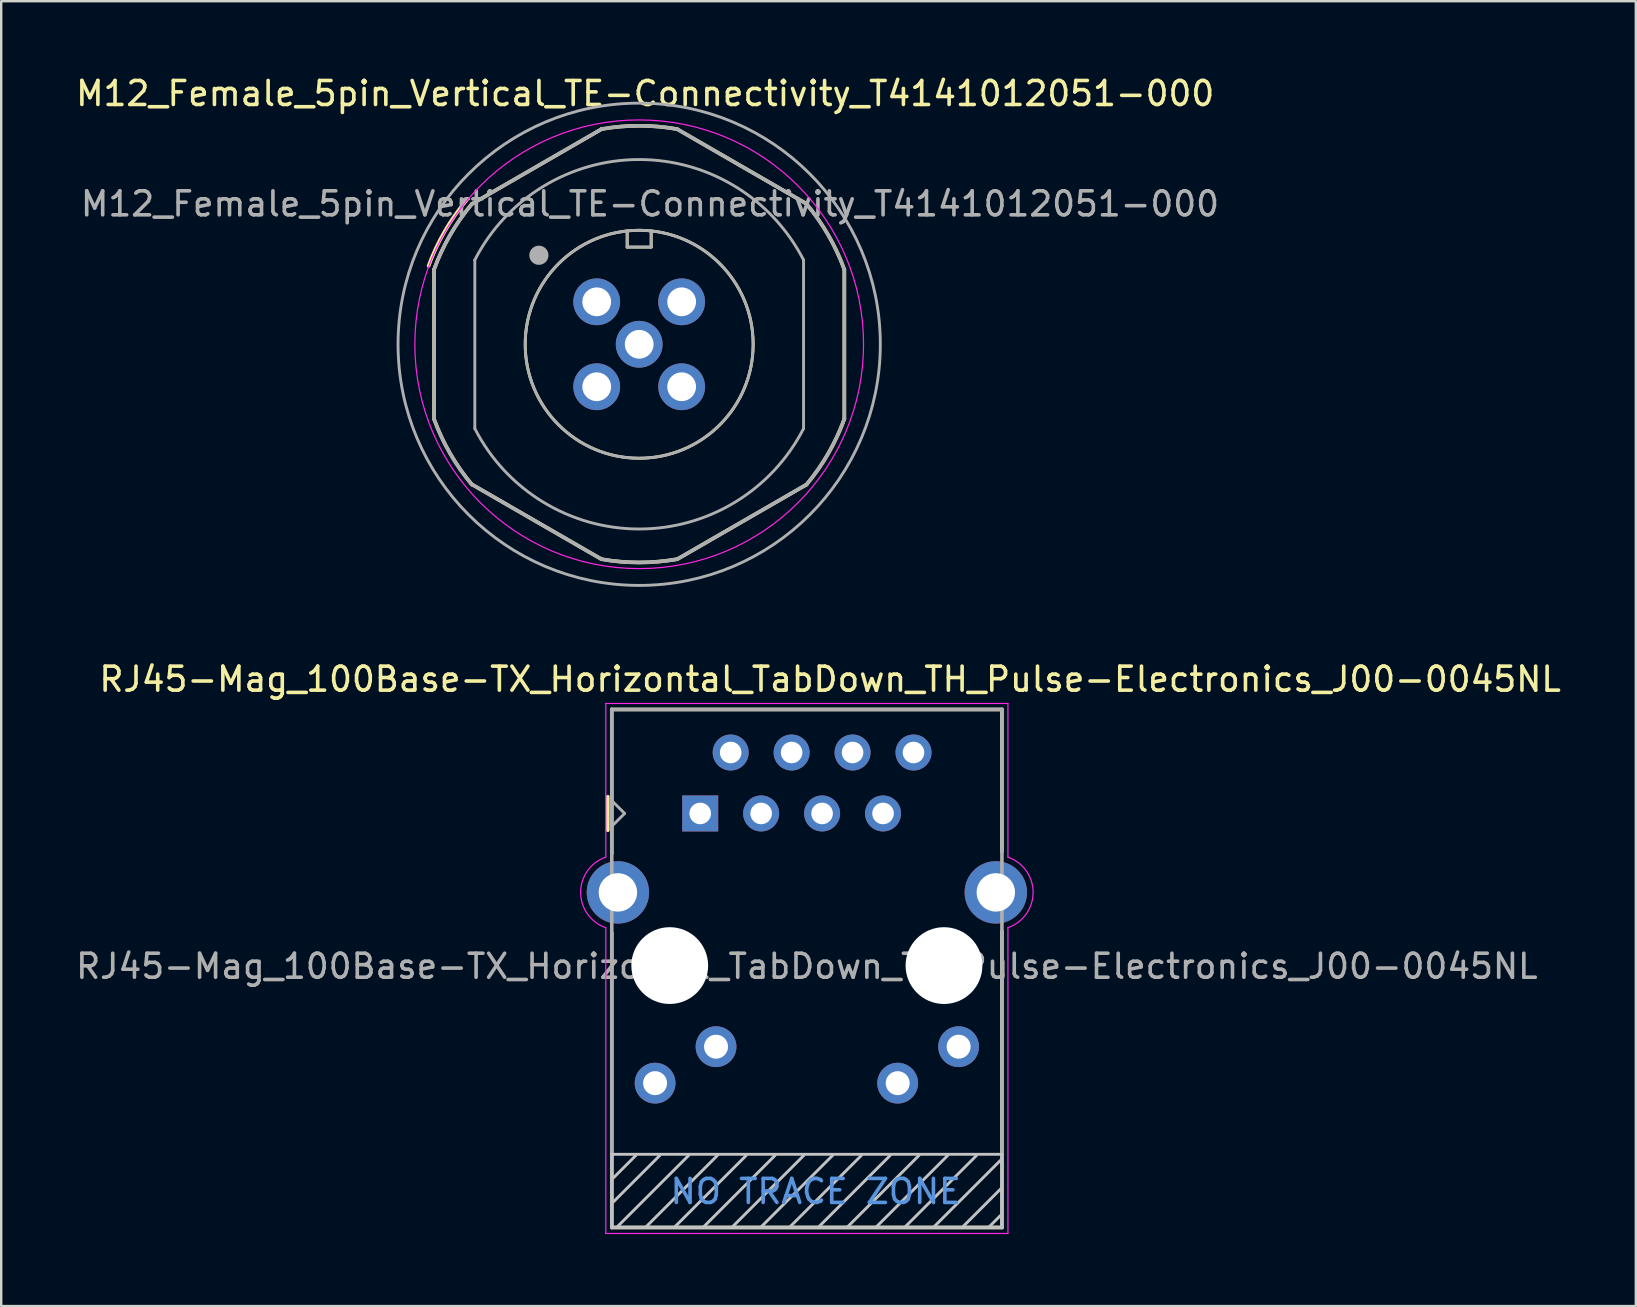
<source format=kicad_pcb>
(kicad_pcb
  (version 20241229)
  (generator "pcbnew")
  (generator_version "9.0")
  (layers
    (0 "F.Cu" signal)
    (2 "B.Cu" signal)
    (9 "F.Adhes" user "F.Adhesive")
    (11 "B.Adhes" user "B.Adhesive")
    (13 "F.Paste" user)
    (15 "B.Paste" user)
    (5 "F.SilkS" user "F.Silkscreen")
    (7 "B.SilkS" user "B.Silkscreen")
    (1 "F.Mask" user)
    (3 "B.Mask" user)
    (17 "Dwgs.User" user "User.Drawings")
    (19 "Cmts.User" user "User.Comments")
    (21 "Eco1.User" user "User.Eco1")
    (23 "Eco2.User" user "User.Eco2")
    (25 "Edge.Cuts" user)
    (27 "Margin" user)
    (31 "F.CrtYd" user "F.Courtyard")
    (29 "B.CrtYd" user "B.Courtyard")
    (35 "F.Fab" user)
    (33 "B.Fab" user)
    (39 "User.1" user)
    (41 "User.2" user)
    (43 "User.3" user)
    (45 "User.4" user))
  (footprint "RJ45-Mag_100Base-TX_Horizontal_TabDown_TH_Pulse-Electronics_J00-0045NL"
    (layer "F.Cu")
    (at 26.132 30.852)
    (property "Reference" "RJ45-Mag_100Base-TX_Horizontal_TabDown_TH_Pulse-Electronics_J00-0045NL" (at 5.415 -5.595 0) (unlocked yes) (layer "F.SilkS") (effects (font (size 1 1) (thickness 0.15))))
    (attr through_hole)
    (fp_line (start -3.85 0.7) (end -3.85 -0.7) (stroke (width 0.15) (type solid)) (layer "F.SilkS"))
    (fp_line (start -3.685 -4.335) (end 12.575 -4.335) (stroke (width 0.15) (type solid)) (layer "F.SilkS"))
    (fp_line (start -3.685 1.675) (end -3.685 -4.335) (stroke (width 0.15) (type solid)) (layer "F.SilkS"))
    (fp_line (start -3.685 17.255) (end -3.685 4.97) (stroke (width 0.15) (type solid)) (layer "F.SilkS"))
    (fp_line (start 12.575 -4.335) (end 12.575 1.595) (stroke (width 0.15) (type solid)) (layer "F.SilkS"))
    (fp_line (start 12.575 4.915) (end 12.575 17.255) (stroke (width 0.15) (type solid)) (layer "F.SilkS"))
    (fp_line (start 12.575 17.255) (end -3.685 17.255) (stroke (width 0.15) (type solid)) (layer "F.SilkS"))
    (fp_line (start -3.685 14.205) (end 12.575 14.205) (stroke (width 0.12) (type solid)) (layer "Dwgs.User"))
    (fp_line (start -3.685 15.255) (end -2.685 14.255) (stroke (width 0.12) (type solid)) (layer "Dwgs.User"))
    (fp_line (start -3.685 16.255) (end -1.685 14.255) (stroke (width 0.12) (type solid)) (layer "Dwgs.User"))
    (fp_line (start -3.685 17.255) (end -3.685 14.205) (stroke (width 0.12) (type solid)) (layer "Dwgs.User"))
    (fp_line (start -3.485 17.255) (end -0.485 14.255) (stroke (width 0.12) (type solid)) (layer "Dwgs.User"))
    (fp_line (start -2.285 17.255) (end 0.715 14.255) (stroke (width 0.12) (type solid)) (layer "Dwgs.User"))
    (fp_line (start -1.085 17.255) (end 1.915 14.255) (stroke (width 0.12) (type solid)) (layer "Dwgs.User"))
    (fp_line (start 0.115 17.255) (end 3.115 14.255) (stroke (width 0.12) (type solid)) (layer "Dwgs.User"))
    (fp_line (start 1.315 17.255) (end 4.315 14.255) (stroke (width 0.12) (type solid)) (layer "Dwgs.User"))
    (fp_line (start 2.515 17.255) (end 5.515 14.255) (stroke (width 0.12) (type solid)) (layer "Dwgs.User"))
    (fp_line (start 3.715 17.255) (end 6.715 14.255) (stroke (width 0.12) (type solid)) (layer "Dwgs.User"))
    (fp_line (start 4.915 17.255) (end 7.915 14.255) (stroke (width 0.12) (type solid)) (layer "Dwgs.User"))
    (fp_line (start 6.115 17.255) (end 9.115 14.255) (stroke (width 0.12) (type solid)) (layer "Dwgs.User"))
    (fp_line (start 7.315 17.255) (end 10.315 14.255) (stroke (width 0.12) (type solid)) (layer "Dwgs.User"))
    (fp_line (start 8.515 17.255) (end 11.515 14.255) (stroke (width 0.12) (type solid)) (layer "Dwgs.User"))
    (fp_line (start 9.715 17.255) (end 12.515 14.455) (stroke (width 0.12) (type solid)) (layer "Dwgs.User"))
    (fp_line (start 10.915 17.255) (end 12.515 15.655) (stroke (width 0.12) (type solid)) (layer "Dwgs.User"))
    (fp_line (start 12.015 17.255) (end 12.515 16.755) (stroke (width 0.12) (type solid)) (layer "Dwgs.User"))
    (fp_line (start 12.575 14.205) (end 12.575 17.255) (stroke (width 0.12) (type solid)) (layer "Dwgs.User"))
    (fp_line (start 12.575 17.255) (end -3.685 17.255) (stroke (width 0.12) (type solid)) (layer "Dwgs.User"))
    (fp_line (start -3.935 1.82) (end -3.935 -4.585) (stroke (width 0.05) (type solid)) (layer "F.CrtYd"))
    (fp_line (start -3.935 17.505) (end -3.935 4.76) (stroke (width 0.05) (type solid)) (layer "F.CrtYd"))
    (fp_line (start -3.935 17.505) (end 12.825 17.505) (stroke (width 0.05) (type solid)) (layer "F.CrtYd"))
    (fp_line (start 12.825 -4.585) (end -3.935 -4.585) (stroke (width 0.05) (type solid)) (layer "F.CrtYd"))
    (fp_line (start 12.825 1.82) (end 12.825 -4.585) (stroke (width 0.05) (type solid)) (layer "F.CrtYd"))
    (fp_line (start 12.825 17.505) (end 12.825 4.76) (stroke (width 0.05) (type solid)) (layer "F.CrtYd"))
    (fp_arc (start -3.934999 4.759999) (mid -4.984323 3.29) (end -3.935 1.820001) (stroke (width 0.05) (type solid)) (layer "F.CrtYd"))
    (fp_arc (start 12.825 1.820001) (mid 13.874324 3.29) (end 12.824999 4.759999) (stroke (width 0.05) (type solid)) (layer "F.CrtYd"))
    (fp_line (start -3.685 -4.335) (end 12.575 -4.335) (stroke (width 0.15) (type solid)) (layer "F.Fab"))
    (fp_line (start -3.685 17.255) (end -3.685 -4.335) (stroke (width 0.15) (type solid)) (layer "F.Fab"))
    (fp_line (start -3.15 0) (end -3.65 -0.5) (stroke (width 0.12) (type solid)) (layer "F.Fab"))
    (fp_line (start -3.15 0) (end -3.65 0.5) (stroke (width 0.12) (type solid)) (layer "F.Fab"))
    (fp_line (start 12.575 -4.335) (end 12.575 17.255) (stroke (width 0.15) (type solid)) (layer "F.Fab"))
    (fp_line (start 12.575 17.255) (end -3.685 17.255) (stroke (width 0.15) (type solid)) (layer "F.Fab"))
    (fp_text user "NO TRACE ZONE" (at 4.815 15.755 0) (layer "Cmts.User") (effects (font (size 1 1) (thickness 0.15))))
    (fp_text user "${REFERENCE}" (at 4.445 6.37 0) (layer "F.Fab") (effects (font (size 1 1) (thickness 0.15))))
    (pad "" np_thru_hole circle (at -1.27 6.34) (size 3.2 3.2) (drill 3.2) (layers "*.Cu" "*.Mask"))
    (pad "" np_thru_hole circle (at 10.16 6.34) (size 3.2 3.2) (drill 3.2) (layers "*.Cu" "*.Mask"))
    (pad "1" thru_hole rect (at 0 0) (size 1.5 1.5) (drill 0.9) (layers "*.Cu" "*.Mask"))
    (pad "2" thru_hole circle (at 1.27 -2.54) (size 1.5 1.5) (drill 0.9) (layers "*.Cu" "*.Mask"))
    (pad "3" thru_hole circle (at 2.54 0) (size 1.5 1.5) (drill 0.9) (layers "*.Cu" "*.Mask"))
    (pad "4" thru_hole circle (at 3.81 -2.54) (size 1.5 1.5) (drill 0.9) (layers "*.Cu" "*.Mask"))
    (pad "5" thru_hole circle (at 5.08 0) (size 1.5 1.5) (drill 0.9) (layers "*.Cu" "*.Mask"))
    (pad "6" thru_hole circle (at 6.35 -2.54) (size 1.5 1.5) (drill 0.9) (layers "*.Cu" "*.Mask"))
    (pad "7" thru_hole circle (at 7.62 0) (size 1.5 1.5) (drill 0.9) (layers "*.Cu" "*.Mask"))
    (pad "8" thru_hole circle (at 8.89 -2.54) (size 1.5 1.5) (drill 0.9) (layers "*.Cu" "*.Mask"))
    (pad "9" thru_hole circle (at -1.88 11.24) (size 1.7 1.7) (drill 1) (layers "*.Cu" "*.Mask"))
    (pad "10" thru_hole circle (at 0.66 9.72) (size 1.7 1.7) (drill 1) (layers "*.Cu" "*.Mask"))
    (pad "11" thru_hole circle (at 8.23 11.24) (size 1.7 1.7) (drill 1) (layers "*.Cu" "*.Mask"))
    (pad "12" thru_hole circle (at 10.77 9.72) (size 1.7 1.7) (drill 1) (layers "*.Cu" "*.Mask"))
    (pad "SH" thru_hole circle (at -3.43 3.29) (size 2.6 2.6) (drill 1.6) (layers "*.Cu" "*.Mask"))
    (pad "SH" thru_hole circle (at 12.32 3.29) (size 2.6 2.6) (drill 1.6) (layers "*.Cu" "*.Mask")))
  (footprint "M12_Female_5pin_Vertical_TE-Connectivity_T4141012051-000"
    (layer "F.Cu")
    (at 21.819 9.528)
    (property "Reference" "M12_Female_5pin_Vertical_TE-Connectivity_T4141012051-000" (at 2.02 -8.68 0) (unlocked yes) (layer "F.SilkS") (effects (font (size 1 1) (thickness 0.15))))
    (attr through_hole)
    (fp_line (start -6.78 4.885) (end -6.78 -1.345) (stroke (width 0.15) (type solid)) (layer "F.SilkS"))
    (fp_line (start -5.198 7.612) (end 0.198 10.727) (stroke (width 0.15) (type solid)) (layer "F.SilkS"))
    (fp_line (start 0.193 -7.192) (end -5.203 -4.077) (stroke (width 0.15) (type solid)) (layer "F.SilkS"))
    (fp_line (start 1.27 -2.95) (end 1.27 -2.28) (stroke (width 0.12) (type solid)) (layer "F.SilkS"))
    (fp_line (start 1.27 -2.28) (end 2.27 -2.28) (stroke (width 0.12) (type solid)) (layer "F.SilkS"))
    (fp_line (start 2.27 -2.28) (end 2.27 -2.95) (stroke (width 0.12) (type solid)) (layer "F.SilkS"))
    (fp_line (start 3.352 -7.197) (end 8.748 -4.082) (stroke (width 0.15) (type solid)) (layer "F.SilkS"))
    (fp_line (start 8.743 7.617) (end 3.347 10.732) (stroke (width 0.15) (type solid)) (layer "F.SilkS"))
    (fp_line (start 10.32 4.885) (end 10.32 -1.345) (stroke (width 0.15) (type solid)) (layer "F.SilkS"))
    (fp_arc (start -7.007331 -1.497983) (mid -6.337959 -2.932866) (end -5.43 -4.23) (stroke (width 0.15) (type solid)) (layer "F.SilkS"))
    (fp_arc (start -6.779999 -1.344999) (mid -6.110627 -2.779882) (end -5.202668 -4.077016) (stroke (width 0.15) (type solid)) (layer "F.SilkS"))
    (fp_arc (start -5.203066 7.616542) (mid -6.110782 6.319614) (end -6.779999 4.884999) (stroke (width 0.15) (type solid)) (layer "F.SilkS"))
    (fp_arc (start 0.191664 -7.19772) (mid 1.772028 -7.335556) (end 3.35233 -7.197016) (stroke (width 0.15) (type solid)) (layer "F.SilkS"))
    (fp_arc (start 3.346328 10.726313) (mid 1.77203 10.863973) (end 0.19767 10.727016) (stroke (width 0.15) (type solid)) (layer "F.SilkS"))
    (fp_arc (start 8.742271 -4.077489) (mid 9.650472 -2.780149) (end 10.319999 -1.344999) (stroke (width 0.15) (type solid)) (layer "F.SilkS"))
    (fp_arc (start 10.319999 4.884999) (mid 9.650627 6.319882) (end 8.742668 7.617016) (stroke (width 0.15) (type solid)) (layer "F.SilkS"))
    (fp_circle (center 1.77 1.77) (end 6.52 1.77) (stroke (width 0.12) (type solid)) (fill no) (layer "F.SilkS"))
    (fp_circle (center 1.77 1.77) (end 11.12 1.77) (stroke (width 0.05) (type solid)) (fill no) (layer "F.CrtYd"))
    (fp_line (start -6.78 4.885) (end -6.78 -1.345) (stroke (width 0.15) (type solid)) (layer "F.Fab"))
    (fp_line (start -5.198 7.612) (end 0.198 10.727) (stroke (width 0.15) (type solid)) (layer "F.Fab"))
    (fp_line (start -5.08 5.285) (end -5.08 -1.745) (stroke (width 0.12) (type solid)) (layer "F.Fab"))
    (fp_line (start 0.193 -7.192) (end -5.203 -4.077) (stroke (width 0.15) (type solid)) (layer "F.Fab"))
    (fp_line (start 1.27 -2.95) (end 1.27 -2.28) (stroke (width 0.12) (type solid)) (layer "F.Fab"))
    (fp_line (start 1.27 -2.28) (end 2.27 -2.28) (stroke (width 0.12) (type solid)) (layer "F.Fab"))
    (fp_line (start 2.27 -2.28) (end 2.27 -2.95) (stroke (width 0.12) (type solid)) (layer "F.Fab"))
    (fp_line (start 3.352 -7.197) (end 8.748 -4.082) (stroke (width 0.15) (type solid)) (layer "F.Fab"))
    (fp_line (start 8.62 5.285) (end 8.62 -1.745) (stroke (width 0.12) (type solid)) (layer "F.Fab"))
    (fp_line (start 8.743 7.617) (end 3.347 10.732) (stroke (width 0.15) (type solid)) (layer "F.Fab"))
    (fp_line (start 10.32 4.885) (end 10.32 -1.345) (stroke (width 0.15) (type solid)) (layer "F.Fab"))
    (fp_arc (start -6.781962 -1.339605) (mid -6.112061 -2.777396) (end -5.202668 -4.077016) (stroke (width 0.15) (type solid)) (layer "F.Fab"))
    (fp_arc (start -5.198979 7.621413) (mid -6.109192 6.322367) (end -6.779999 4.884999) (stroke (width 0.15) (type solid)) (layer "F.Fab"))
    (fp_arc (start -5.079999 -1.745) (mid 1.77 -5.929202) (end 8.619999 -1.744999) (stroke (width 0.12) (type solid)) (layer "F.Fab"))
    (fp_arc (start 0.190004 -7.197427) (mid 1.771185 -7.335555) (end 3.35233 -7.197016) (stroke (width 0.15) (type solid)) (layer "F.Fab"))
    (fp_arc (start 3.340342 10.727365) (mid 1.768991 10.863974) (end 0.19767 10.727016) (stroke (width 0.15) (type solid)) (layer "F.Fab"))
    (fp_arc (start 8.619999 5.285) (mid 1.77 9.469202) (end -5.079999 5.284999) (stroke (width 0.12) (type solid)) (layer "F.Fab"))
    (fp_arc (start 8.738979 -4.081413) (mid 9.649192 -2.782367) (end 10.319999 -1.344999) (stroke (width 0.15) (type solid)) (layer "F.Fab"))
    (fp_arc (start 10.321962 4.879605) (mid 9.652061 6.317396) (end 8.742668 7.617016) (stroke (width 0.15) (type solid)) (layer "F.Fab"))
    (fp_circle (center -2.41 -1.94) (end -2.21 -1.94) (stroke (width 0.4) (type solid)) (fill no) (layer "F.Fab"))
    (fp_circle (center 1.77 1.77) (end 6.52 1.77) (stroke (width 0.12) (type solid)) (fill no) (layer "F.Fab"))
    (fp_circle (center 1.77 1.77) (end 11.82 1.77) (stroke (width 0.12) (type solid)) (fill no) (layer "F.Fab"))
    (fp_text user "${REFERENCE}" (at 2.22 -4.08 0) (layer "F.Fab") (effects (font (size 1 1) (thickness 0.15))))
    (pad "1" thru_hole circle (at 0 0) (size 1.95 1.95) (drill 1.2) (layers "*.Cu" "*.Mask"))
    (pad "2" thru_hole circle (at 3.54 0) (size 1.95 1.95) (drill 1.2) (layers "*.Cu" "*.Mask"))
    (pad "3" thru_hole circle (at 3.54 3.54) (size 1.95 1.95) (drill 1.2) (layers "*.Cu" "*.Mask"))
    (pad "4" thru_hole circle (at 0 3.54) (size 1.95 1.95) (drill 1.2) (layers "*.Cu" "*.Mask"))
    (pad "5" thru_hole circle (at 1.77 1.77) (size 1.95 1.95) (drill 1.2) (layers "*.Cu" "*.Mask")))
  (gr_rect
    (start -3 -3)
    (end 65.125 51.382)
    (stroke (width 0.1) (type default))
    (fill no)
    (layer "Edge.Cuts")))
</source>
